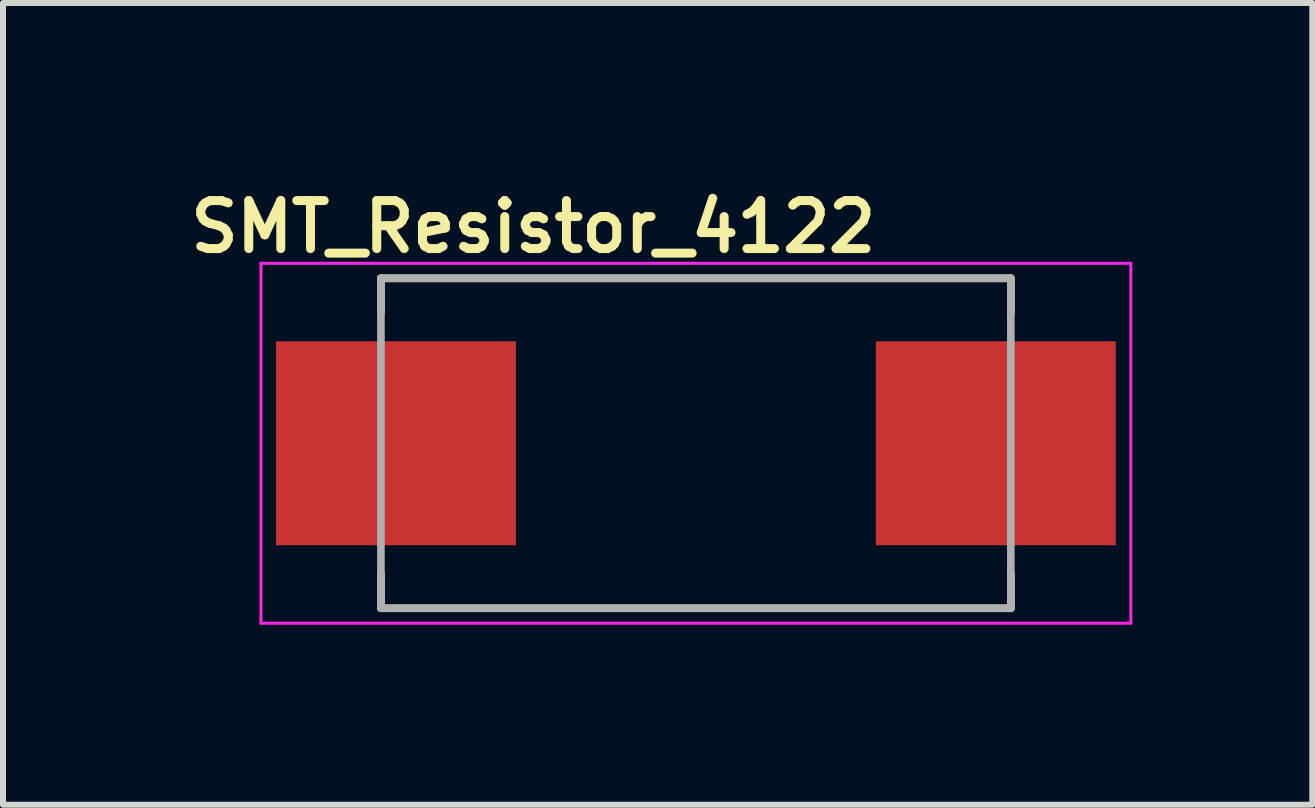
<source format=kicad_pcb>
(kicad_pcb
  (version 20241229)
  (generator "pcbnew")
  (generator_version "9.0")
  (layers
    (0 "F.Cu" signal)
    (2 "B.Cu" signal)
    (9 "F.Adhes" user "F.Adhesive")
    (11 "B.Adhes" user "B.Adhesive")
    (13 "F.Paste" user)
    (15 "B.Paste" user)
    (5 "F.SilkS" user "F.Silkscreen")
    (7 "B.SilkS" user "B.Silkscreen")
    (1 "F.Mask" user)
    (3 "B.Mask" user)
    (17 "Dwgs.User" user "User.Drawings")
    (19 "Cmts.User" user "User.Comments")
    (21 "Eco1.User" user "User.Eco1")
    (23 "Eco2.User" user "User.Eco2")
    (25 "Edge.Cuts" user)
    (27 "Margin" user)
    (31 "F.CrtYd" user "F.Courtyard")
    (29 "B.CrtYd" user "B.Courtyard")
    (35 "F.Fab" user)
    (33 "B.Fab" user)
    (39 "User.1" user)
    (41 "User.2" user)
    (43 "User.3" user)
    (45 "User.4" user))
  (footprint "SMT_Resistor_4122"
    (layer "F.Cu")
    (at 8.55 4.339)
    (property "Reference" "SMT_Resistor_4122" (at -2.71 -3.608 0) (layer "F.SilkS") (effects (font (size 0.8 0.8) (thickness 0.15))))
    (attr through_hole)
    (fp_line (start -5.25 -2.175) (end -5.25 -2.75) (stroke (width 0.127) (type solid)) (layer "F.SilkS"))
    (fp_line (start -5.25 2.75) (end -5.25 2.175) (stroke (width 0.127) (type solid)) (layer "F.SilkS"))
    (fp_line (start 5.25 -2.75) (end -5.25 -2.75) (stroke (width 0.127) (type solid)) (layer "F.SilkS"))
    (fp_line (start 5.25 -2.175) (end 5.25 -2.75) (stroke (width 0.127) (type solid)) (layer "F.SilkS"))
    (fp_line (start 5.25 2.75) (end -5.25 2.75) (stroke (width 0.127) (type solid)) (layer "F.SilkS"))
    (fp_line (start 5.25 2.75) (end 5.25 2.175) (stroke (width 0.127) (type solid)) (layer "F.SilkS"))
    (fp_line (start -7.25 -3) (end 7.25 -3) (stroke (width 0.05) (type solid)) (layer "F.CrtYd"))
    (fp_line (start -7.25 3) (end -7.25 -3) (stroke (width 0.05) (type solid)) (layer "F.CrtYd"))
    (fp_line (start -7.25 3) (end 7.25 3) (stroke (width 0.05) (type solid)) (layer "F.CrtYd"))
    (fp_line (start 7.25 3) (end 7.25 -3) (stroke (width 0.05) (type solid)) (layer "F.CrtYd"))
    (fp_line (start -5.25 2.75) (end -5.25 -2.75) (stroke (width 0.127) (type solid)) (layer "F.Fab"))
    (fp_line (start 5.25 -2.75) (end -5.25 -2.75) (stroke (width 0.127) (type solid)) (layer "F.Fab"))
    (fp_line (start 5.25 2.75) (end -5.25 2.75) (stroke (width 0.127) (type solid)) (layer "F.Fab"))
    (fp_line (start 5.25 2.75) (end 5.25 -2.75) (stroke (width 0.127) (type solid)) (layer "F.Fab"))
    (pad "1" smd rect (at -5 0) (size 4 3.4) (layers "F.Cu" "F.Mask" "F.Paste"))
    (pad "2" smd rect (at 5 0) (size 4 3.4) (layers "F.Cu" "F.Mask" "F.Paste")))
  (gr_rect
    (start -3 -3)
    (end 18.825 10.364)
    (stroke (width 0.1) (type default))
    (fill no)
    (layer "Edge.Cuts")))
</source>
